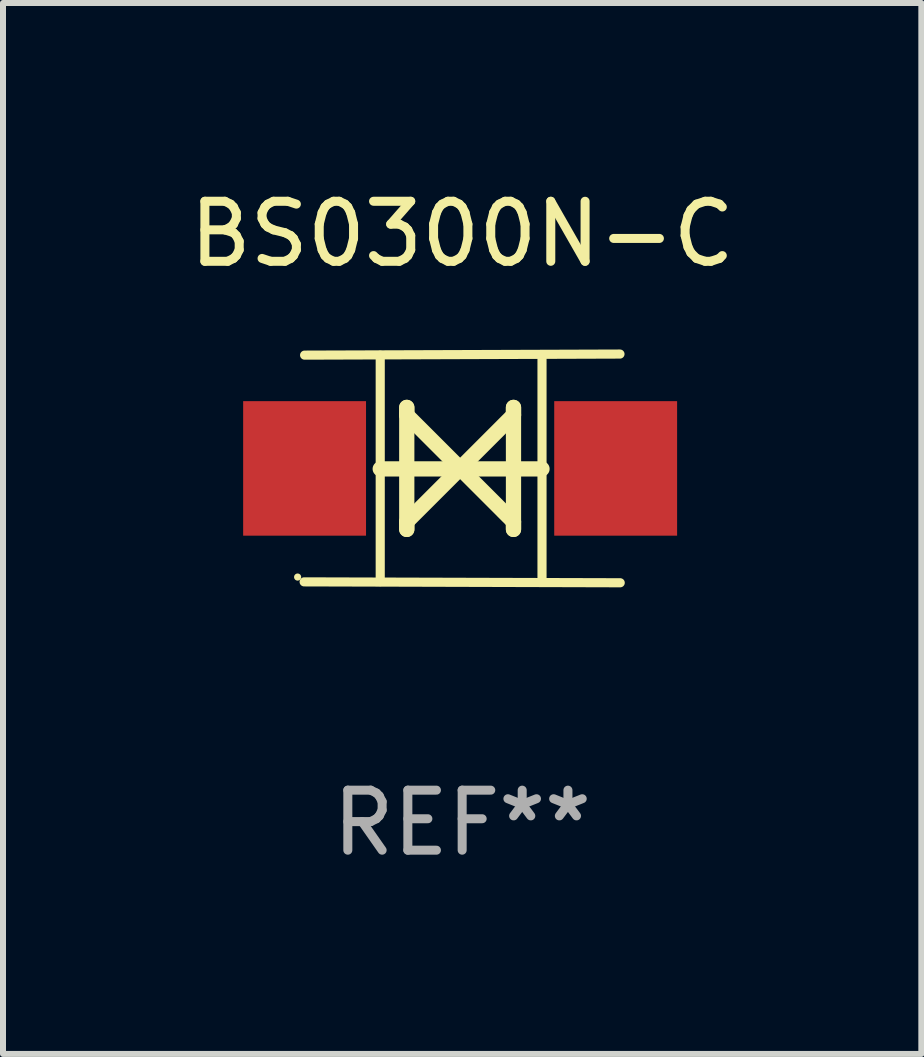
<source format=kicad_pcb>
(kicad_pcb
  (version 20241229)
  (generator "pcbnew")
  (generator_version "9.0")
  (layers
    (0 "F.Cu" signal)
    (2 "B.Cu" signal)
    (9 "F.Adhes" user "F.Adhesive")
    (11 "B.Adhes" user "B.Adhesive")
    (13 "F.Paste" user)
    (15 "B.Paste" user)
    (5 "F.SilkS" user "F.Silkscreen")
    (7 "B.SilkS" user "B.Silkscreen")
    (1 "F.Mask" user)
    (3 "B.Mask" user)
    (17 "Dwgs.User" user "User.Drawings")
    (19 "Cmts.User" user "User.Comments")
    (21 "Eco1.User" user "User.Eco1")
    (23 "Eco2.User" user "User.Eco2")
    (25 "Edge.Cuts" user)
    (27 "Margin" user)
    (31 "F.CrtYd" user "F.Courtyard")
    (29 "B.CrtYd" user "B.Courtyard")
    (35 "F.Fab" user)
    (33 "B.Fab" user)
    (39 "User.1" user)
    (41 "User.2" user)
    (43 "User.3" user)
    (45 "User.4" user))
  (footprint "BS0300N-C"
    (layer "F.Cu")
    (at 4.649 4.753)
    (property "Reference" "BS0300N-C" (at 0 -3.905 0) (layer "F.SilkS") (effects (font (size 1 1) (thickness 0.15))))
    (attr through_hole)
    (fp_line (start -1.365 1.886) (end -1.365 -1.886) (stroke (width 0.152) (type solid)) (layer "F.SilkS"))
    (fp_line (start -1.365 0.008) (end 1.33 0.008) (stroke (width 0.254) (type solid)) (layer "F.SilkS"))
    (fp_line (start -0.923 -1.016) (end -0.923 1.016) (stroke (width 0.254) (type solid)) (layer "F.SilkS"))
    (fp_line (start -0.923 -0.889) (end -0.923 -1.016) (stroke (width 0.254) (type solid)) (layer "F.SilkS"))
    (fp_line (start -0.923 0.889) (end -0.034 0) (stroke (width 0.254) (type solid)) (layer "F.SilkS"))
    (fp_line (start -0.923 1.016) (end -0.923 0.889) (stroke (width 0.254) (type solid)) (layer "F.SilkS"))
    (fp_line (start -0.034 0) (end -0.923 -0.889) (stroke (width 0.254) (type solid)) (layer "F.SilkS"))
    (fp_line (start -0.034 0) (end 0.855 0.889) (stroke (width 0.254) (type solid)) (layer "F.SilkS"))
    (fp_line (start 0.855 -1.016) (end 0.855 -0.889) (stroke (width 0.254) (type solid)) (layer "F.SilkS"))
    (fp_line (start 0.855 -0.889) (end -0.034 0) (stroke (width 0.254) (type solid)) (layer "F.SilkS"))
    (fp_line (start 0.855 0.889) (end 0.855 1.016) (stroke (width 0.254) (type solid)) (layer "F.SilkS"))
    (fp_line (start 0.855 1.016) (end 0.855 -1.016) (stroke (width 0.254) (type solid)) (layer "F.SilkS"))
    (fp_line (start 1.33 1.886) (end 1.33 -1.886) (stroke (width 0.152) (type solid)) (layer "F.SilkS"))
    (fp_line (start 2.629 -1.905) (end -2.625 -1.887) (stroke (width 0.152) (type solid)) (layer "F.SilkS"))
    (fp_line (start 2.633 1.905) (end -2.633 1.89) (stroke (width 0.152) (type solid)) (layer "F.SilkS"))
    (fp_circle (center -2.741 1.81) (end -2.711 1.81) (stroke (width 0.06) (type solid)) (fill no) (layer "F.SilkS"))
    (fp_text user "REF**" (at 0 5.905 0) (layer "F.Fab") (effects (font (size 1 1) (thickness 0.15))))
    (pad "1" smd rect (at -2.625 0) (size 2.047 2.241) (layers "F.Cu" "F.Mask" "F.Paste"))
    (pad "2" smd rect (at 2.557 0) (size 2.047 2.241) (layers "F.Cu" "F.Mask" "F.Paste")))
  (gr_rect
    (start -3 -3)
    (end 12.298 14.507)
    (stroke (width 0.1) (type default))
    (fill no)
    (layer "Edge.Cuts")))
</source>
